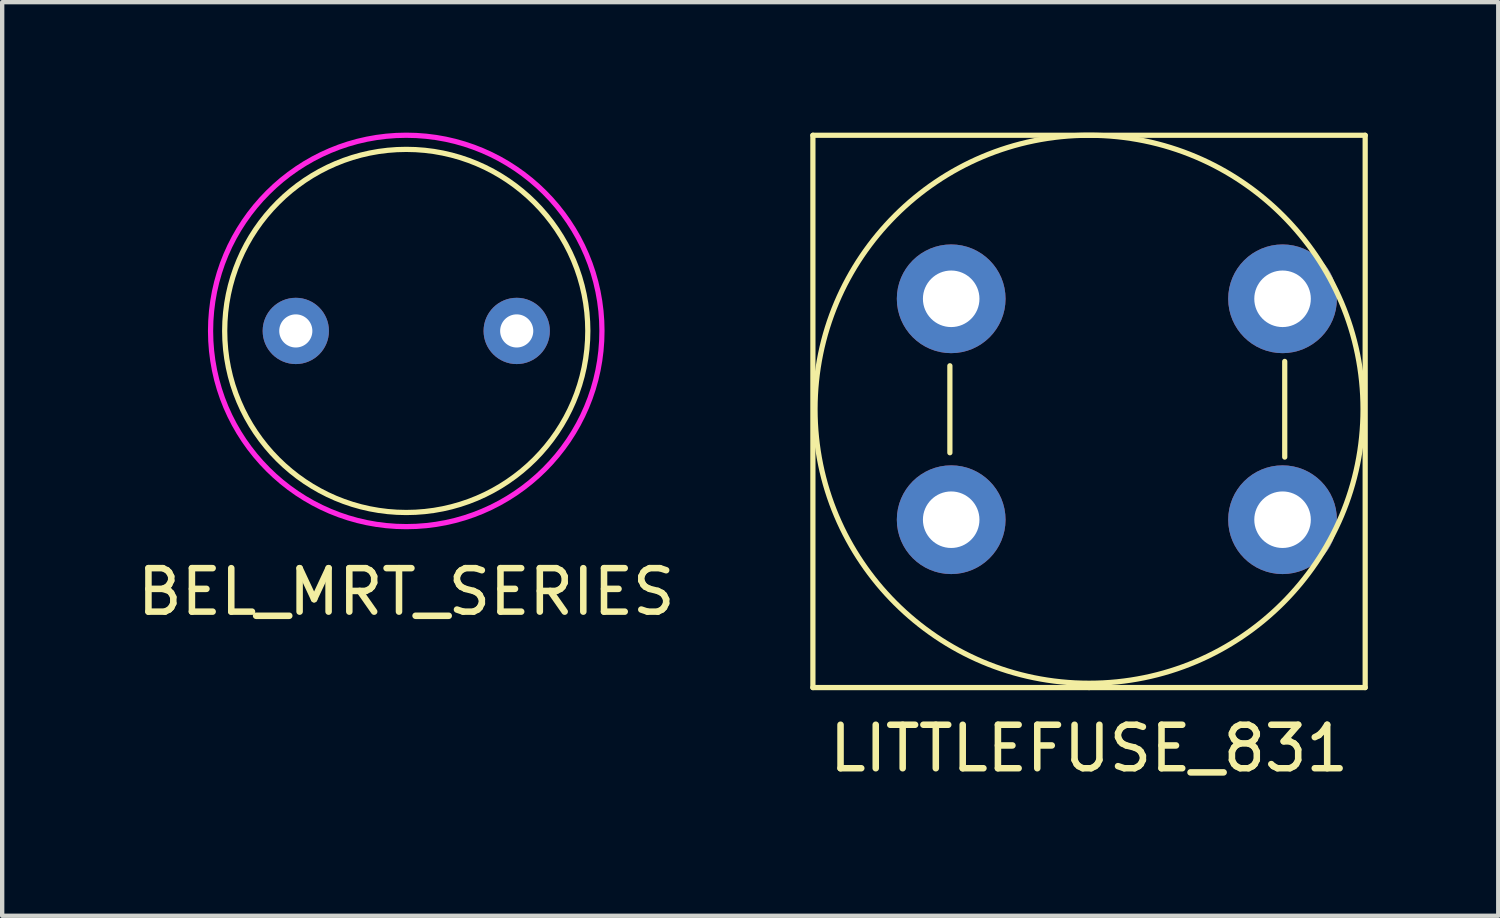
<source format=kicad_pcb>
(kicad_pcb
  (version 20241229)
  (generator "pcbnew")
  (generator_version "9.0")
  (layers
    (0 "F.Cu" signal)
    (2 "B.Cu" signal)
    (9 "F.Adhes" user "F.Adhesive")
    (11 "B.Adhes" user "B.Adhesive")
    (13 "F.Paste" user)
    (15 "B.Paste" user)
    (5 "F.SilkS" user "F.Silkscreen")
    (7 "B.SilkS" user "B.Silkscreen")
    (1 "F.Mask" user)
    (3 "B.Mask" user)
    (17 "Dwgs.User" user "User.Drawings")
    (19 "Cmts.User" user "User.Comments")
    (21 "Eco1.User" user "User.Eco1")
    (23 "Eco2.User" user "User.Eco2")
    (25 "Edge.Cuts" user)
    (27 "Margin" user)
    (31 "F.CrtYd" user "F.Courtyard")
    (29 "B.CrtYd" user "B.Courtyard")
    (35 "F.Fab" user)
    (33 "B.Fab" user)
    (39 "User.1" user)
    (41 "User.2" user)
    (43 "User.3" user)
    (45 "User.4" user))
  (footprint "BEL_MRT_SERIES"
    (layer "F.Cu")
    (at 6.292 4.56)
    (property "Reference" "BEL_MRT_SERIES" (at 0 6 0) (layer "F.SilkS") (effects (font (size 1 1) (thickness 0.15))))
    (attr through_hole)
    (fp_circle (center 0 0) (end 4.175 0) (stroke (width 0.12) (type solid)) (fill no) (layer "F.SilkS"))
    (fp_circle (center 0 0) (end 4.5 0) (stroke (width 0.12) (type solid)) (fill no) (layer "F.CrtYd"))
    (pad "1" thru_hole circle (at -2.54 0) (size 1.524 1.524) (drill 0.762) (layers "*.Cu" "*.Mask"))
    (pad "2" thru_hole circle (at 2.54 0) (size 1.524 1.524) (drill 0.762) (layers "*.Cu" "*.Mask")))
  (footprint "LITTLEFUSE_831"
    (layer "F.Cu")
    (at 21.993 6.361)
    (property "Reference" "LITTLEFUSE_831" (at 0 7.8 0) (layer "F.SilkS") (effects (font (size 1 1) (thickness 0.15))))
    (attr through_hole)
    (fp_line (start -6.35 -6.3) (end 6.35 -6.3) (stroke (width 0.12) (type solid)) (layer "F.SilkS"))
    (fp_line (start -6.35 6.4) (end -6.35 -6.3) (stroke (width 0.12) (type solid)) (layer "F.SilkS"))
    (fp_line (start -3.2 -1) (end -3.2 1) (stroke (width 0.12) (type solid)) (layer "F.SilkS"))
    (fp_line (start 0 6.4) (end -6.35 6.4) (stroke (width 0.12) (type solid)) (layer "F.SilkS"))
    (fp_line (start 4.5 -1.1) (end 4.5 1.1) (stroke (width 0.12) (type solid)) (layer "F.SilkS"))
    (fp_line (start 6.35 -6.3) (end 6.35 6.4) (stroke (width 0.12) (type solid)) (layer "F.SilkS"))
    (fp_line (start 6.35 6.4) (end 0 6.4) (stroke (width 0.12) (type solid)) (layer "F.SilkS"))
    (fp_circle (center 0 0) (end 6.301 0) (stroke (width 0.12) (type solid)) (fill no) (layer "F.SilkS"))
    (pad "1" thru_hole circle (at -3.17 -2.54) (size 2.5 2.5) (drill 1.3) (layers "*.Cu" "*.Mask"))
    (pad "1" thru_hole circle (at -3.17 2.54) (size 2.5 2.5) (drill 1.3) (layers "*.Cu" "*.Mask"))
    (pad "2" thru_hole circle (at 4.45 -2.54) (size 2.5 2.5) (drill 1.3) (layers "*.Cu" "*.Mask"))
    (pad "2" thru_hole circle (at 4.45 2.54) (size 2.5 2.5) (drill 1.3) (layers "*.Cu" "*.Mask")))
  (gr_rect
    (start -3 -3)
    (end 31.403 18.009)
    (stroke (width 0.1) (type default))
    (fill no)
    (layer "Edge.Cuts")))
</source>
